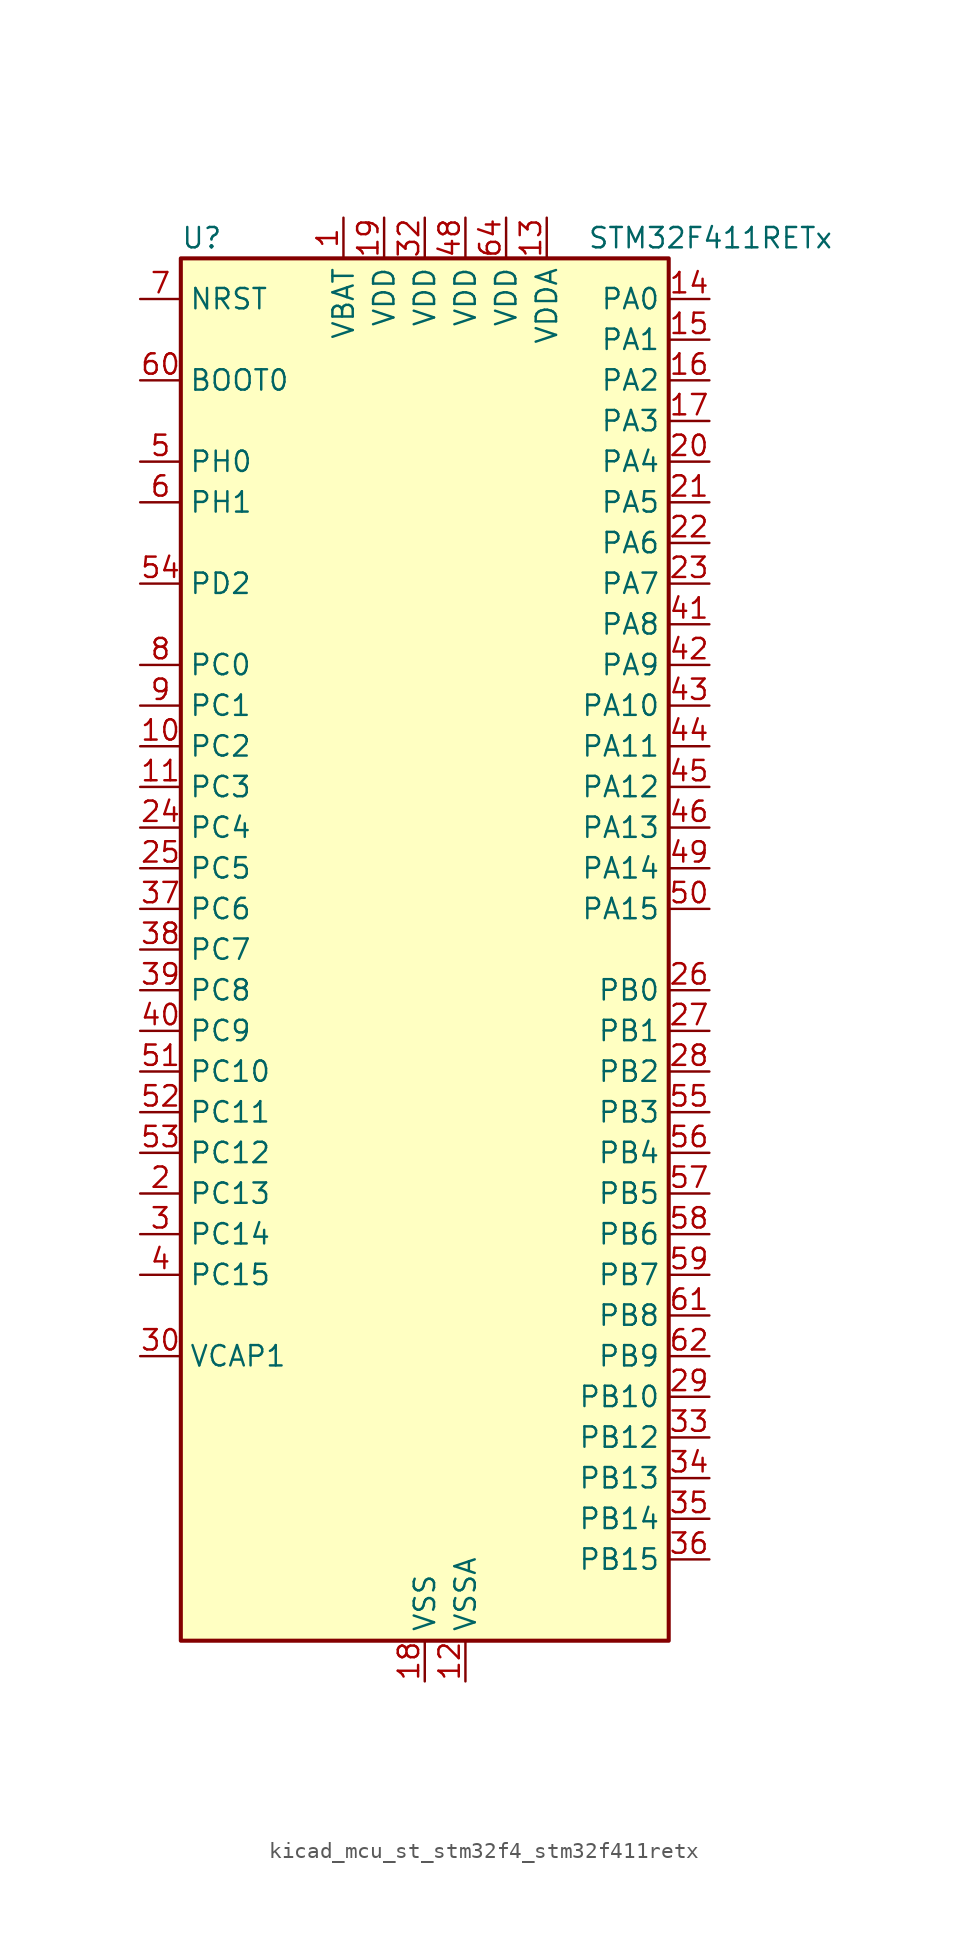
<source format=kicad_sym>
(kicad_symbol_lib
  (version 20220914)
  (generator kicad_symbol_editor)
  (symbol "kicad_mcu_st_stm32f4_stm32f411retx"
    (property "Reference" "U"
      (at -15.24 44.45 0)
      (effects (font (size 1.27 1.27)) (justify left)))
    (property "Value" "STM32F411RETx"
      (at 10.16 44.45 0)
      (effects (font (size 1.27 1.27)) (justify left)))
    (property "ki_locked" ""
      (at 0 0 0)
      (effects (font (size 1.27 1.27))))
    (symbol "kicad_mcu_st_stm32f4_stm32f411retx_0_1"
      (rectangle (start -15.24 -43.18) (end 15.24 43.18) (stroke (width 0.254) (type default)) (fill (type background))))
    (symbol "kicad_mcu_st_stm32f4_stm32f411retx_1_1"
      (pin power_in line (at -5.08 45.72 270) (length 2.54) (name "VBAT" (effects (font (size 1.27 1.27)))) (number "1" (effects (font (size 1.27 1.27)))))
      (pin bidirectional line (at -17.78 12.7 0) (length 2.54) (name "PC2" (effects (font (size 1.27 1.27)))) (number "10" (effects (font (size 1.27 1.27)))) (alternate "ADC1_IN12" bidirectional line) (alternate "I2S2_ext_SD" bidirectional line) (alternate "SPI2_MISO" bidirectional line))
      (pin bidirectional line (at -17.78 10.16 0) (length 2.54) (name "PC3" (effects (font (size 1.27 1.27)))) (number "11" (effects (font (size 1.27 1.27)))) (alternate "ADC1_IN13" bidirectional line) (alternate "I2S2_SD" bidirectional line) (alternate "SPI2_MOSI" bidirectional line))
      (pin power_in line (at 2.54 -45.72 90) (length 2.54) (name "VSSA" (effects (font (size 1.27 1.27)))) (number "12" (effects (font (size 1.27 1.27)))))
      (pin power_in line (at 7.62 45.72 270) (length 2.54) (name "VDDA" (effects (font (size 1.27 1.27)))) (number "13" (effects (font (size 1.27 1.27)))))
      (pin bidirectional line (at 17.78 40.64 180) (length 2.54) (name "PA0" (effects (font (size 1.27 1.27)))) (number "14" (effects (font (size 1.27 1.27)))) (alternate "ADC1_IN0" bidirectional line) (alternate "SYS_WKUP" bidirectional line) (alternate "TIM2_CH1" bidirectional line) (alternate "TIM2_ETR" bidirectional line) (alternate "TIM5_CH1" bidirectional line) (alternate "USART2_CTS" bidirectional line))
      (pin bidirectional line (at 17.78 38.1 180) (length 2.54) (name "PA1" (effects (font (size 1.27 1.27)))) (number "15" (effects (font (size 1.27 1.27)))) (alternate "ADC1_IN1" bidirectional line) (alternate "I2S4_SD" bidirectional line) (alternate "SPI4_MOSI" bidirectional line) (alternate "TIM2_CH2" bidirectional line) (alternate "TIM5_CH2" bidirectional line) (alternate "USART2_RTS" bidirectional line))
      (pin bidirectional line (at 17.78 35.56 180) (length 2.54) (name "PA2" (effects (font (size 1.27 1.27)))) (number "16" (effects (font (size 1.27 1.27)))) (alternate "ADC1_IN2" bidirectional line) (alternate "I2S_CKIN" bidirectional line) (alternate "TIM2_CH3" bidirectional line) (alternate "TIM5_CH3" bidirectional line) (alternate "TIM9_CH1" bidirectional line) (alternate "USART2_TX" bidirectional line))
      (pin bidirectional line (at 17.78 33.02 180) (length 2.54) (name "PA3" (effects (font (size 1.27 1.27)))) (number "17" (effects (font (size 1.27 1.27)))) (alternate "ADC1_IN3" bidirectional line) (alternate "I2S2_MCK" bidirectional line) (alternate "TIM2_CH4" bidirectional line) (alternate "TIM5_CH4" bidirectional line) (alternate "TIM9_CH2" bidirectional line) (alternate "USART2_RX" bidirectional line))
      (pin power_in line (at 0 -45.72 90) (length 2.54) (name "VSS" (effects (font (size 1.27 1.27)))) (number "18" (effects (font (size 1.27 1.27)))))
      (pin power_in line (at -2.54 45.72 270) (length 2.54) (name "VDD" (effects (font (size 1.27 1.27)))) (number "19" (effects (font (size 1.27 1.27)))))
      (pin bidirectional line (at -17.78 -15.24 0) (length 2.54) (name "PC13" (effects (font (size 1.27 1.27)))) (number "2" (effects (font (size 1.27 1.27)))) (alternate "RTC_AF1" bidirectional line))
      (pin bidirectional line (at 17.78 30.48 180) (length 2.54) (name "PA4" (effects (font (size 1.27 1.27)))) (number "20" (effects (font (size 1.27 1.27)))) (alternate "ADC1_IN4" bidirectional line) (alternate "I2S1_WS" bidirectional line) (alternate "I2S3_WS" bidirectional line) (alternate "SPI1_NSS" bidirectional line) (alternate "SPI3_NSS" bidirectional line) (alternate "USART2_CK" bidirectional line))
      (pin bidirectional line (at 17.78 27.94 180) (length 2.54) (name "PA5" (effects (font (size 1.27 1.27)))) (number "21" (effects (font (size 1.27 1.27)))) (alternate "ADC1_IN5" bidirectional line) (alternate "I2S1_CK" bidirectional line) (alternate "SPI1_SCK" bidirectional line) (alternate "TIM2_CH1" bidirectional line) (alternate "TIM2_ETR" bidirectional line))
      (pin bidirectional line (at 17.78 25.4 180) (length 2.54) (name "PA6" (effects (font (size 1.27 1.27)))) (number "22" (effects (font (size 1.27 1.27)))) (alternate "ADC1_IN6" bidirectional line) (alternate "I2S2_MCK" bidirectional line) (alternate "SDIO_CMD" bidirectional line) (alternate "SPI1_MISO" bidirectional line) (alternate "TIM1_BKIN" bidirectional line) (alternate "TIM3_CH1" bidirectional line))
      (pin bidirectional line (at 17.78 22.86 180) (length 2.54) (name "PA7" (effects (font (size 1.27 1.27)))) (number "23" (effects (font (size 1.27 1.27)))) (alternate "ADC1_IN7" bidirectional line) (alternate "I2S1_SD" bidirectional line) (alternate "SPI1_MOSI" bidirectional line) (alternate "TIM1_CH1N" bidirectional line) (alternate "TIM3_CH2" bidirectional line))
      (pin bidirectional line (at -17.78 7.62 0) (length 2.54) (name "PC4" (effects (font (size 1.27 1.27)))) (number "24" (effects (font (size 1.27 1.27)))) (alternate "ADC1_IN14" bidirectional line))
      (pin bidirectional line (at -17.78 5.08 0) (length 2.54) (name "PC5" (effects (font (size 1.27 1.27)))) (number "25" (effects (font (size 1.27 1.27)))) (alternate "ADC1_IN15" bidirectional line))
      (pin bidirectional line (at 17.78 -2.54 180) (length 2.54) (name "PB0" (effects (font (size 1.27 1.27)))) (number "26" (effects (font (size 1.27 1.27)))) (alternate "ADC1_IN8" bidirectional line) (alternate "I2S5_CK" bidirectional line) (alternate "SPI5_SCK" bidirectional line) (alternate "TIM1_CH2N" bidirectional line) (alternate "TIM3_CH3" bidirectional line))
      (pin bidirectional line (at 17.78 -5.08 180) (length 2.54) (name "PB1" (effects (font (size 1.27 1.27)))) (number "27" (effects (font (size 1.27 1.27)))) (alternate "ADC1_IN9" bidirectional line) (alternate "I2S5_WS" bidirectional line) (alternate "SPI5_NSS" bidirectional line) (alternate "TIM1_CH3N" bidirectional line) (alternate "TIM3_CH4" bidirectional line))
      (pin bidirectional line (at 17.78 -7.62 180) (length 2.54) (name "PB2" (effects (font (size 1.27 1.27)))) (number "28" (effects (font (size 1.27 1.27)))))
      (pin bidirectional line (at 17.78 -27.94 180) (length 2.54) (name "PB10" (effects (font (size 1.27 1.27)))) (number "29" (effects (font (size 1.27 1.27)))) (alternate "I2C2_SCL" bidirectional line) (alternate "I2S2_CK" bidirectional line) (alternate "I2S3_MCK" bidirectional line) (alternate "SDIO_D7" bidirectional line) (alternate "SPI2_SCK" bidirectional line) (alternate "TIM2_CH3" bidirectional line))
      (pin bidirectional line (at -17.78 -17.78 0) (length 2.54) (name "PC14" (effects (font (size 1.27 1.27)))) (number "3" (effects (font (size 1.27 1.27)))) (alternate "RCC_OSC32_IN" bidirectional line))
      (pin power_out line (at -17.78 -25.4 0) (length 2.54) (name "VCAP1" (effects (font (size 1.27 1.27)))) (number "30" (effects (font (size 1.27 1.27)))))
      (pin passive line (at 0 -45.72 90) (length 2.54) hide (name "VSS" (effects (font (size 1.27 1.27)))) (number "31" (effects (font (size 1.27 1.27)))))
      (pin power_in line (at 0 45.72 270) (length 2.54) (name "VDD" (effects (font (size 1.27 1.27)))) (number "32" (effects (font (size 1.27 1.27)))))
      (pin bidirectional line (at 17.78 -30.48 180) (length 2.54) (name "PB12" (effects (font (size 1.27 1.27)))) (number "33" (effects (font (size 1.27 1.27)))) (alternate "I2C2_SMBA" bidirectional line) (alternate "I2S2_WS" bidirectional line) (alternate "I2S3_CK" bidirectional line) (alternate "I2S4_WS" bidirectional line) (alternate "SPI2_NSS" bidirectional line) (alternate "SPI3_SCK" bidirectional line) (alternate "SPI4_NSS" bidirectional line) (alternate "TIM1_BKIN" bidirectional line))
      (pin bidirectional line (at 17.78 -33.02 180) (length 2.54) (name "PB13" (effects (font (size 1.27 1.27)))) (number "34" (effects (font (size 1.27 1.27)))) (alternate "I2S2_CK" bidirectional line) (alternate "I2S4_CK" bidirectional line) (alternate "SPI2_SCK" bidirectional line) (alternate "SPI4_SCK" bidirectional line) (alternate "TIM1_CH1N" bidirectional line))
      (pin bidirectional line (at 17.78 -35.56 180) (length 2.54) (name "PB14" (effects (font (size 1.27 1.27)))) (number "35" (effects (font (size 1.27 1.27)))) (alternate "I2S2_ext_SD" bidirectional line) (alternate "SDIO_D6" bidirectional line) (alternate "SPI2_MISO" bidirectional line) (alternate "TIM1_CH2N" bidirectional line))
      (pin bidirectional line (at 17.78 -38.1 180) (length 2.54) (name "PB15" (effects (font (size 1.27 1.27)))) (number "36" (effects (font (size 1.27 1.27)))) (alternate "ADC1_EXTI15" bidirectional line) (alternate "I2S2_SD" bidirectional line) (alternate "RTC_REFIN" bidirectional line) (alternate "SDIO_CK" bidirectional line) (alternate "SPI2_MOSI" bidirectional line) (alternate "TIM1_CH3N" bidirectional line))
      (pin bidirectional line (at -17.78 2.54 0) (length 2.54) (name "PC6" (effects (font (size 1.27 1.27)))) (number "37" (effects (font (size 1.27 1.27)))) (alternate "I2S2_MCK" bidirectional line) (alternate "SDIO_D6" bidirectional line) (alternate "TIM3_CH1" bidirectional line) (alternate "USART6_TX" bidirectional line))
      (pin bidirectional line (at -17.78 0 0) (length 2.54) (name "PC7" (effects (font (size 1.27 1.27)))) (number "38" (effects (font (size 1.27 1.27)))) (alternate "I2S2_CK" bidirectional line) (alternate "I2S3_MCK" bidirectional line) (alternate "SDIO_D7" bidirectional line) (alternate "SPI2_SCK" bidirectional line) (alternate "TIM3_CH2" bidirectional line) (alternate "USART6_RX" bidirectional line))
      (pin bidirectional line (at -17.78 -2.54 0) (length 2.54) (name "PC8" (effects (font (size 1.27 1.27)))) (number "39" (effects (font (size 1.27 1.27)))) (alternate "SDIO_D0" bidirectional line) (alternate "TIM3_CH3" bidirectional line) (alternate "USART6_CK" bidirectional line))
      (pin bidirectional line (at -17.78 -20.32 0) (length 2.54) (name "PC15" (effects (font (size 1.27 1.27)))) (number "4" (effects (font (size 1.27 1.27)))) (alternate "ADC1_EXTI15" bidirectional line) (alternate "RCC_OSC32_OUT" bidirectional line))
      (pin bidirectional line (at -17.78 -5.08 0) (length 2.54) (name "PC9" (effects (font (size 1.27 1.27)))) (number "40" (effects (font (size 1.27 1.27)))) (alternate "I2C3_SDA" bidirectional line) (alternate "I2S_CKIN" bidirectional line) (alternate "RCC_MCO_2" bidirectional line) (alternate "SDIO_D1" bidirectional line) (alternate "TIM3_CH4" bidirectional line))
      (pin bidirectional line (at 17.78 20.32 180) (length 2.54) (name "PA8" (effects (font (size 1.27 1.27)))) (number "41" (effects (font (size 1.27 1.27)))) (alternate "I2C3_SCL" bidirectional line) (alternate "RCC_MCO_1" bidirectional line) (alternate "SDIO_D1" bidirectional line) (alternate "TIM1_CH1" bidirectional line) (alternate "USART1_CK" bidirectional line) (alternate "USB_OTG_FS_SOF" bidirectional line))
      (pin bidirectional line (at 17.78 17.78 180) (length 2.54) (name "PA9" (effects (font (size 1.27 1.27)))) (number "42" (effects (font (size 1.27 1.27)))) (alternate "I2C3_SMBA" bidirectional line) (alternate "SDIO_D2" bidirectional line) (alternate "TIM1_CH2" bidirectional line) (alternate "USART1_TX" bidirectional line) (alternate "USB_OTG_FS_VBUS" bidirectional line))
      (pin bidirectional line (at 17.78 15.24 180) (length 2.54) (name "PA10" (effects (font (size 1.27 1.27)))) (number "43" (effects (font (size 1.27 1.27)))) (alternate "I2S5_SD" bidirectional line) (alternate "SPI5_MOSI" bidirectional line) (alternate "TIM1_CH3" bidirectional line) (alternate "USART1_RX" bidirectional line) (alternate "USB_OTG_FS_ID" bidirectional line))
      (pin bidirectional line (at 17.78 12.7 180) (length 2.54) (name "PA11" (effects (font (size 1.27 1.27)))) (number "44" (effects (font (size 1.27 1.27)))) (alternate "ADC1_EXTI11" bidirectional line) (alternate "SPI4_MISO" bidirectional line) (alternate "TIM1_CH4" bidirectional line) (alternate "USART1_CTS" bidirectional line) (alternate "USART6_TX" bidirectional line) (alternate "USB_OTG_FS_DM" bidirectional line))
      (pin bidirectional line (at 17.78 10.16 180) (length 2.54) (name "PA12" (effects (font (size 1.27 1.27)))) (number "45" (effects (font (size 1.27 1.27)))) (alternate "SPI5_MISO" bidirectional line) (alternate "TIM1_ETR" bidirectional line) (alternate "USART1_RTS" bidirectional line) (alternate "USART6_RX" bidirectional line) (alternate "USB_OTG_FS_DP" bidirectional line))
      (pin bidirectional line (at 17.78 7.62 180) (length 2.54) (name "PA13" (effects (font (size 1.27 1.27)))) (number "46" (effects (font (size 1.27 1.27)))) (alternate "SYS_JTMS-SWDIO" bidirectional line))
      (pin passive line (at 0 -45.72 90) (length 2.54) hide (name "VSS" (effects (font (size 1.27 1.27)))) (number "47" (effects (font (size 1.27 1.27)))))
      (pin power_in line (at 2.54 45.72 270) (length 2.54) (name "VDD" (effects (font (size 1.27 1.27)))) (number "48" (effects (font (size 1.27 1.27)))))
      (pin bidirectional line (at 17.78 5.08 180) (length 2.54) (name "PA14" (effects (font (size 1.27 1.27)))) (number "49" (effects (font (size 1.27 1.27)))) (alternate "SYS_JTCK-SWCLK" bidirectional line))
      (pin bidirectional line (at -17.78 30.48 0) (length 2.54) (name "PH0" (effects (font (size 1.27 1.27)))) (number "5" (effects (font (size 1.27 1.27)))) (alternate "RCC_OSC_IN" bidirectional line))
      (pin bidirectional line (at 17.78 2.54 180) (length 2.54) (name "PA15" (effects (font (size 1.27 1.27)))) (number "50" (effects (font (size 1.27 1.27)))) (alternate "ADC1_EXTI15" bidirectional line) (alternate "I2S1_WS" bidirectional line) (alternate "I2S3_WS" bidirectional line) (alternate "SPI1_NSS" bidirectional line) (alternate "SPI3_NSS" bidirectional line) (alternate "SYS_JTDI" bidirectional line) (alternate "TIM2_CH1" bidirectional line) (alternate "TIM2_ETR" bidirectional line) (alternate "USART1_TX" bidirectional line))
      (pin bidirectional line (at -17.78 -7.62 0) (length 2.54) (name "PC10" (effects (font (size 1.27 1.27)))) (number "51" (effects (font (size 1.27 1.27)))) (alternate "I2S3_CK" bidirectional line) (alternate "SDIO_D2" bidirectional line) (alternate "SPI3_SCK" bidirectional line))
      (pin bidirectional line (at -17.78 -10.16 0) (length 2.54) (name "PC11" (effects (font (size 1.27 1.27)))) (number "52" (effects (font (size 1.27 1.27)))) (alternate "ADC1_EXTI11" bidirectional line) (alternate "I2S3_ext_SD" bidirectional line) (alternate "SDIO_D3" bidirectional line) (alternate "SPI3_MISO" bidirectional line))
      (pin bidirectional line (at -17.78 -12.7 0) (length 2.54) (name "PC12" (effects (font (size 1.27 1.27)))) (number "53" (effects (font (size 1.27 1.27)))) (alternate "I2S3_SD" bidirectional line) (alternate "SDIO_CK" bidirectional line) (alternate "SPI3_MOSI" bidirectional line))
      (pin bidirectional line (at -17.78 22.86 0) (length 2.54) (name "PD2" (effects (font (size 1.27 1.27)))) (number "54" (effects (font (size 1.27 1.27)))) (alternate "SDIO_CMD" bidirectional line) (alternate "TIM3_ETR" bidirectional line))
      (pin bidirectional line (at 17.78 -10.16 180) (length 2.54) (name "PB3" (effects (font (size 1.27 1.27)))) (number "55" (effects (font (size 1.27 1.27)))) (alternate "I2C2_SDA" bidirectional line) (alternate "I2S1_CK" bidirectional line) (alternate "I2S3_CK" bidirectional line) (alternate "SPI1_SCK" bidirectional line) (alternate "SPI3_SCK" bidirectional line) (alternate "SYS_JTDO-SWO" bidirectional line) (alternate "TIM2_CH2" bidirectional line) (alternate "USART1_RX" bidirectional line))
      (pin bidirectional line (at 17.78 -12.7 180) (length 2.54) (name "PB4" (effects (font (size 1.27 1.27)))) (number "56" (effects (font (size 1.27 1.27)))) (alternate "I2C3_SDA" bidirectional line) (alternate "I2S3_ext_SD" bidirectional line) (alternate "SDIO_D0" bidirectional line) (alternate "SPI1_MISO" bidirectional line) (alternate "SPI3_MISO" bidirectional line) (alternate "SYS_JTRST" bidirectional line) (alternate "TIM3_CH1" bidirectional line))
      (pin bidirectional line (at 17.78 -15.24 180) (length 2.54) (name "PB5" (effects (font (size 1.27 1.27)))) (number "57" (effects (font (size 1.27 1.27)))) (alternate "I2C1_SMBA" bidirectional line) (alternate "I2S1_SD" bidirectional line) (alternate "I2S3_SD" bidirectional line) (alternate "SDIO_D3" bidirectional line) (alternate "SPI1_MOSI" bidirectional line) (alternate "SPI3_MOSI" bidirectional line) (alternate "TIM3_CH2" bidirectional line))
      (pin bidirectional line (at 17.78 -17.78 180) (length 2.54) (name "PB6" (effects (font (size 1.27 1.27)))) (number "58" (effects (font (size 1.27 1.27)))) (alternate "I2C1_SCL" bidirectional line) (alternate "TIM4_CH1" bidirectional line) (alternate "USART1_TX" bidirectional line))
      (pin bidirectional line (at 17.78 -20.32 180) (length 2.54) (name "PB7" (effects (font (size 1.27 1.27)))) (number "59" (effects (font (size 1.27 1.27)))) (alternate "I2C1_SDA" bidirectional line) (alternate "SDIO_D0" bidirectional line) (alternate "TIM4_CH2" bidirectional line) (alternate "USART1_RX" bidirectional line))
      (pin bidirectional line (at -17.78 27.94 0) (length 2.54) (name "PH1" (effects (font (size 1.27 1.27)))) (number "6" (effects (font (size 1.27 1.27)))) (alternate "RCC_OSC_OUT" bidirectional line))
      (pin input line (at -17.78 35.56 0) (length 2.54) (name "BOOT0" (effects (font (size 1.27 1.27)))) (number "60" (effects (font (size 1.27 1.27)))))
      (pin bidirectional line (at 17.78 -22.86 180) (length 2.54) (name "PB8" (effects (font (size 1.27 1.27)))) (number "61" (effects (font (size 1.27 1.27)))) (alternate "I2C1_SCL" bidirectional line) (alternate "I2C3_SDA" bidirectional line) (alternate "I2S5_SD" bidirectional line) (alternate "SDIO_D4" bidirectional line) (alternate "SPI5_MOSI" bidirectional line) (alternate "TIM10_CH1" bidirectional line) (alternate "TIM4_CH3" bidirectional line))
      (pin bidirectional line (at 17.78 -25.4 180) (length 2.54) (name "PB9" (effects (font (size 1.27 1.27)))) (number "62" (effects (font (size 1.27 1.27)))) (alternate "I2C1_SDA" bidirectional line) (alternate "I2C2_SDA" bidirectional line) (alternate "I2S2_WS" bidirectional line) (alternate "SDIO_D5" bidirectional line) (alternate "SPI2_NSS" bidirectional line) (alternate "TIM11_CH1" bidirectional line) (alternate "TIM4_CH4" bidirectional line))
      (pin passive line (at 0 -45.72 90) (length 2.54) hide (name "VSS" (effects (font (size 1.27 1.27)))) (number "63" (effects (font (size 1.27 1.27)))))
      (pin power_in line (at 5.08 45.72 270) (length 2.54) (name "VDD" (effects (font (size 1.27 1.27)))) (number "64" (effects (font (size 1.27 1.27)))))
      (pin input line (at -17.78 40.64 0) (length 2.54) (name "NRST" (effects (font (size 1.27 1.27)))) (number "7" (effects (font (size 1.27 1.27)))))
      (pin bidirectional line (at -17.78 17.78 0) (length 2.54) (name "PC0" (effects (font (size 1.27 1.27)))) (number "8" (effects (font (size 1.27 1.27)))) (alternate "ADC1_IN10" bidirectional line))
      (pin bidirectional line (at -17.78 15.24 0) (length 2.54) (name "PC1" (effects (font (size 1.27 1.27)))) (number "9" (effects (font (size 1.27 1.27)))) (alternate "ADC1_IN11" bidirectional line)))))
</source>
